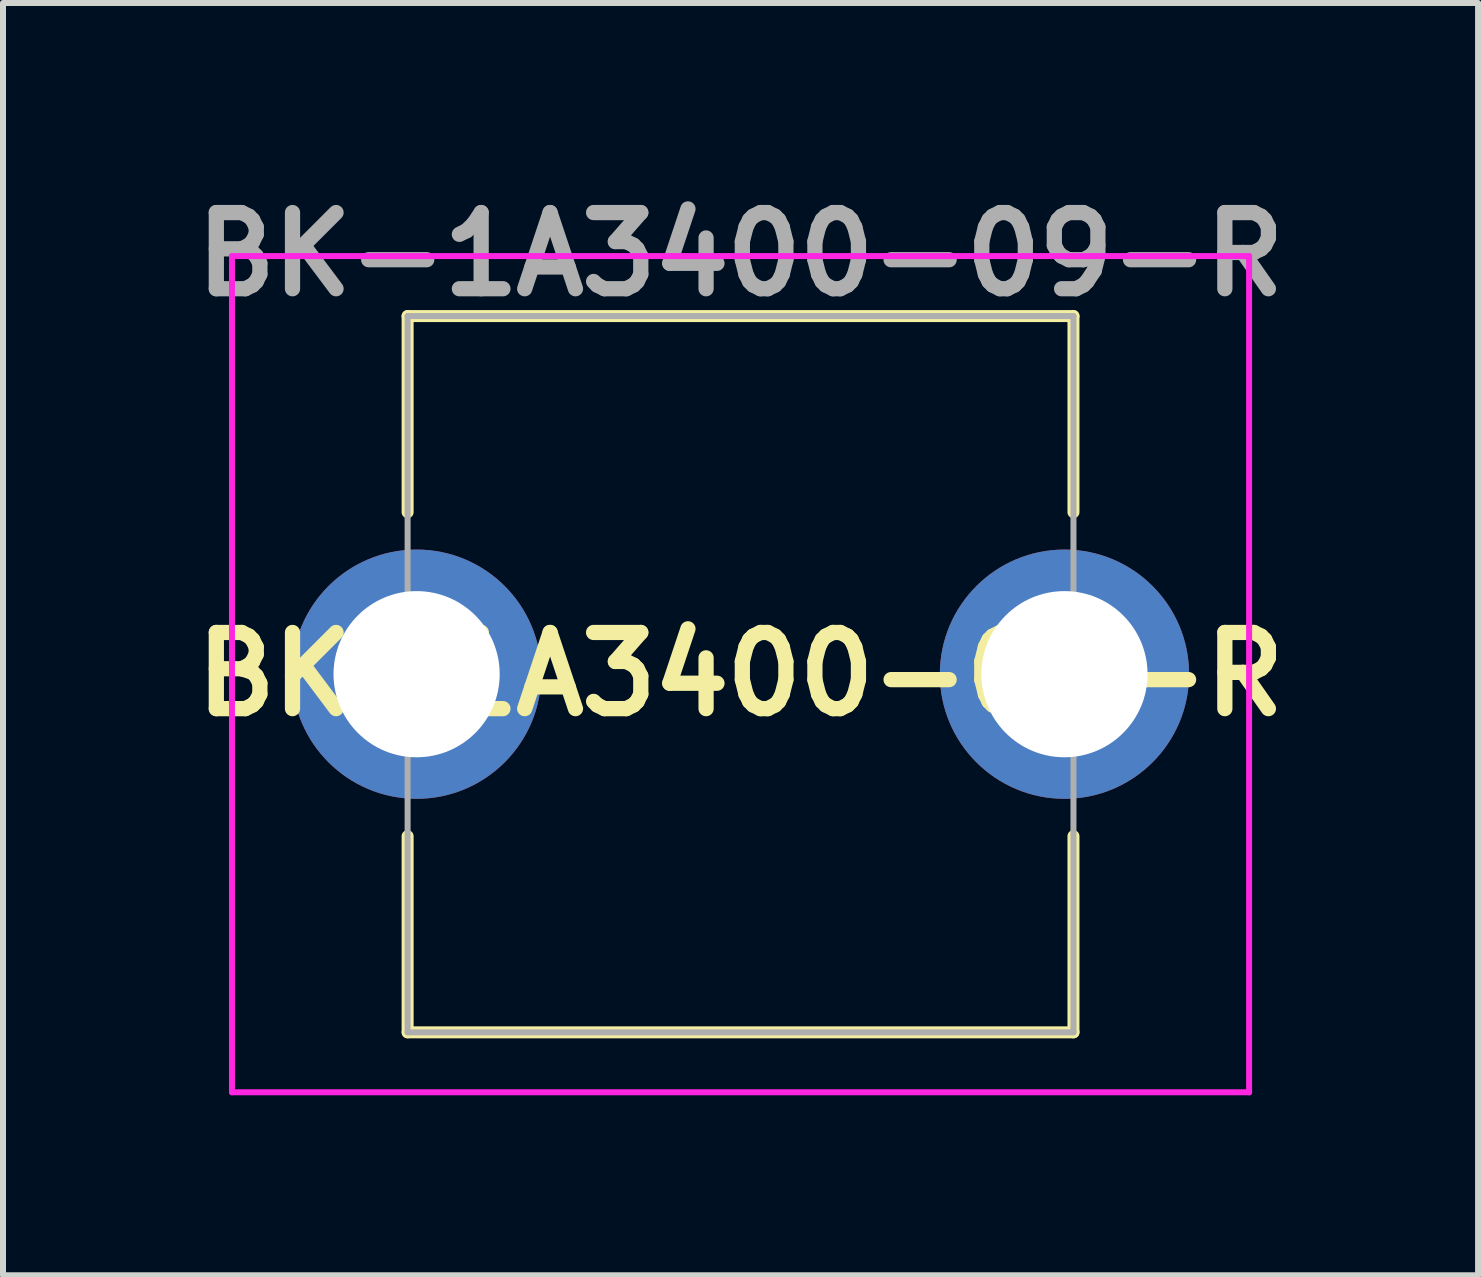
<source format=kicad_pcb>
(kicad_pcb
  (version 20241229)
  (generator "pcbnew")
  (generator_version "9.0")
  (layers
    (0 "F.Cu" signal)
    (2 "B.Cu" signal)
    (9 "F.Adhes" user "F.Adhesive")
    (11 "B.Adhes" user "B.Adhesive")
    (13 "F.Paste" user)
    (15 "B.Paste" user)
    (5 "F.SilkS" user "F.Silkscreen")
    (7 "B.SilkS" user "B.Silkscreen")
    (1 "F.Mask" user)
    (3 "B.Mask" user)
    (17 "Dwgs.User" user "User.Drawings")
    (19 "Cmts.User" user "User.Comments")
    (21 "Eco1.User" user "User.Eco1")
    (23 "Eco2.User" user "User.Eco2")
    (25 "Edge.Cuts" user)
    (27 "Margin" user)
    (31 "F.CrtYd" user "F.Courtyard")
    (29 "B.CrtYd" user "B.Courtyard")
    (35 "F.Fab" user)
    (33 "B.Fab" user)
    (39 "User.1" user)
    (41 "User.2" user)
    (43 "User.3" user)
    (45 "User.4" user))
  (footprint "BK-1A3400-09-R"
    (layer "F.Cu")
    (at 3.895 8.189)
    (property "Reference" "BK-1A3400-09-R" (at 5.4 0 0) (layer "F.SilkS") (effects (font (size 1.27 1.27) (thickness 0.254))))
    (attr through_hole)
    (fp_line (start -0.15 -5.97) (end 10.95 -5.97) (stroke (width 0.2) (type solid)) (layer "F.SilkS"))
    (fp_line (start -0.15 -2.7) (end -0.15 -5.97) (stroke (width 0.2) (type solid)) (layer "F.SilkS"))
    (fp_line (start -0.15 2.7) (end -0.15 5.97) (stroke (width 0.2) (type solid)) (layer "F.SilkS"))
    (fp_line (start -0.15 5.97) (end 10.95 5.97) (stroke (width 0.2) (type solid)) (layer "F.SilkS"))
    (fp_line (start 10.95 -5.97) (end 10.95 -2.7) (stroke (width 0.2) (type solid)) (layer "F.SilkS"))
    (fp_line (start 10.95 5.97) (end 10.95 2.7) (stroke (width 0.2) (type solid)) (layer "F.SilkS"))
    (fp_line (start -3.078 -6.97) (end 13.878 -6.97) (stroke (width 0.1) (type solid)) (layer "F.CrtYd"))
    (fp_line (start -3.078 6.97) (end -3.078 -6.97) (stroke (width 0.1) (type solid)) (layer "F.CrtYd"))
    (fp_line (start 13.878 -6.97) (end 13.878 6.97) (stroke (width 0.1) (type solid)) (layer "F.CrtYd"))
    (fp_line (start 13.878 6.97) (end -3.078 6.97) (stroke (width 0.1) (type solid)) (layer "F.CrtYd"))
    (fp_line (start -0.15 -5.97) (end 10.95 -5.97) (stroke (width 0.1) (type solid)) (layer "F.Fab"))
    (fp_line (start -0.15 5.97) (end -0.15 -5.97) (stroke (width 0.1) (type solid)) (layer "F.Fab"))
    (fp_line (start 10.95 -5.97) (end 10.95 5.97) (stroke (width 0.1) (type solid)) (layer "F.Fab"))
    (fp_line (start 10.95 5.97) (end -0.15 5.97) (stroke (width 0.1) (type solid)) (layer "F.Fab"))
    (fp_text user "${REFERENCE}" (at 5.4 -7 0) (layer "F.Fab") (effects (font (size 1.27 1.27) (thickness 0.254))))
    (pad "1" thru_hole circle (at 0 0) (size 4.155 4.155) (drill 2.77) (layers "*.Cu" "*.Mask"))
    (pad "1" thru_hole circle (at 10.8 0) (size 4.155 4.155) (drill 2.77) (layers "*.Cu" "*.Mask")))
  (gr_rect
    (start -3 -3)
    (end 21.59 18.209)
    (stroke (width 0.1) (type default))
    (fill no)
    (layer "Edge.Cuts")))
</source>
